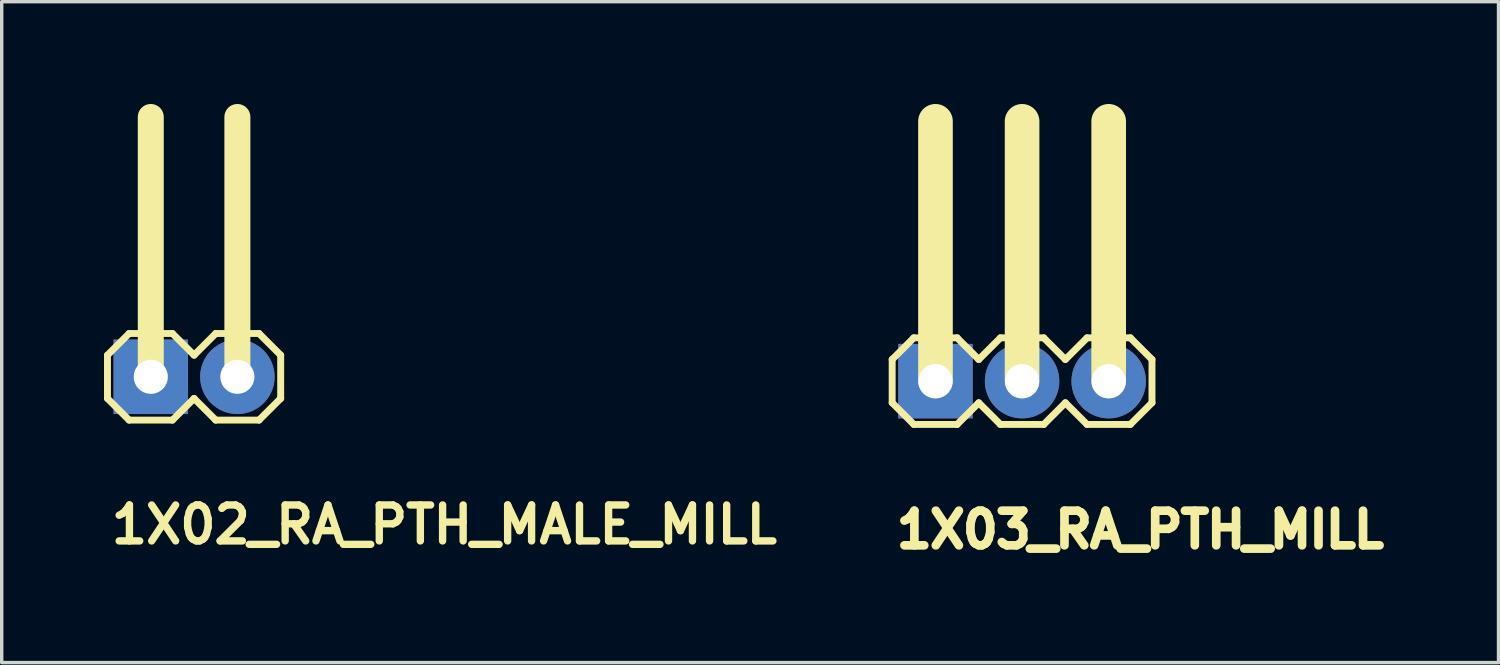
<source format=kicad_pcb>
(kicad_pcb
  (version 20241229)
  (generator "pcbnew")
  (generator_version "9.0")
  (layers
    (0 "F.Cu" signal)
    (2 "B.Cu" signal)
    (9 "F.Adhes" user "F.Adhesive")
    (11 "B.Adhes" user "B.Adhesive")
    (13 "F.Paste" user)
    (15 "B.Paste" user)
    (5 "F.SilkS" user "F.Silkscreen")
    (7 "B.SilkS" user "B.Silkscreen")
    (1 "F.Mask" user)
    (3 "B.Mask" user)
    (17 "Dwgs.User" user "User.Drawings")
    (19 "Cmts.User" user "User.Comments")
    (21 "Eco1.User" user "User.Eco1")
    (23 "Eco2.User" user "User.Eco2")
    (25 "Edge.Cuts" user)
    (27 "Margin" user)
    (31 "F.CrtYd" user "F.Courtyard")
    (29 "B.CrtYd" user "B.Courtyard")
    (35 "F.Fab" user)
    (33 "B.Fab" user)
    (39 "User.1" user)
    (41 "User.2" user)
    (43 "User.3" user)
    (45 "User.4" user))
  (footprint "1X03_RA_PTH_MILL"
    (layer "F.Cu")
    (at 24.386 8.128)
    (property "Reference" "1X03_RA_PTH_MILL" (at -1.27 4.953 0) (layer "F.SilkS") (effects (font (size 1.016 1.016) (thickness 0.254)) (justify left bottom)))
    (fp_line (start -1.27 -0.635) (end -1.27 0.635) (stroke (width 0.203) (type solid)) (layer "F.SilkS"))
    (fp_line (start -1.27 0.635) (end -0.635 1.27) (stroke (width 0.203) (type solid)) (layer "F.SilkS"))
    (fp_line (start -0.635 -1.27) (end -1.27 -0.635) (stroke (width 0.203) (type solid)) (layer "F.SilkS"))
    (fp_line (start -0.635 -1.27) (end 0.635 -1.27) (stroke (width 0.203) (type solid)) (layer "F.SilkS"))
    (fp_line (start 0 0) (end 0 -7.62) (stroke (width 1.016) (type solid)) (layer "F.SilkS"))
    (fp_line (start 0.635 -1.27) (end 1.27 -0.635) (stroke (width 0.203) (type solid)) (layer "F.SilkS"))
    (fp_line (start 0.635 1.27) (end -0.635 1.27) (stroke (width 0.203) (type solid)) (layer "F.SilkS"))
    (fp_line (start 1.27 -0.635) (end 1.905 -1.27) (stroke (width 0.203) (type solid)) (layer "F.SilkS"))
    (fp_line (start 1.27 0.635) (end 0.635 1.27) (stroke (width 0.203) (type solid)) (layer "F.SilkS"))
    (fp_line (start 1.905 -1.27) (end 3.175 -1.27) (stroke (width 0.203) (type solid)) (layer "F.SilkS"))
    (fp_line (start 1.905 1.27) (end 1.27 0.635) (stroke (width 0.203) (type solid)) (layer "F.SilkS"))
    (fp_line (start 2.54 0) (end 2.54 -7.62) (stroke (width 1.016) (type solid)) (layer "F.SilkS"))
    (fp_line (start 3.175 -1.27) (end 3.81 -0.635) (stroke (width 0.203) (type solid)) (layer "F.SilkS"))
    (fp_line (start 3.175 1.27) (end 1.905 1.27) (stroke (width 0.203) (type solid)) (layer "F.SilkS"))
    (fp_line (start 3.81 -0.635) (end 4.445 -1.27) (stroke (width 0.203) (type solid)) (layer "F.SilkS"))
    (fp_line (start 3.81 0.635) (end 3.175 1.27) (stroke (width 0.203) (type solid)) (layer "F.SilkS"))
    (fp_line (start 4.445 -1.27) (end 5.715 -1.27) (stroke (width 0.203) (type solid)) (layer "F.SilkS"))
    (fp_line (start 4.445 1.27) (end 3.81 0.635) (stroke (width 0.203) (type solid)) (layer "F.SilkS"))
    (fp_line (start 5.08 0) (end 5.08 -7.62) (stroke (width 1.016) (type solid)) (layer "F.SilkS"))
    (fp_line (start 5.715 -1.27) (end 6.35 -0.635) (stroke (width 0.203) (type solid)) (layer "F.SilkS"))
    (fp_line (start 5.715 1.27) (end 4.445 1.27) (stroke (width 0.203) (type solid)) (layer "F.SilkS"))
    (fp_line (start 6.35 -0.635) (end 6.35 0.635) (stroke (width 0.203) (type solid)) (layer "F.SilkS"))
    (fp_line (start 6.35 0.635) (end 5.715 1.27) (stroke (width 0.203) (type solid)) (layer "F.SilkS"))
    (fp_poly (pts (xy -0.254 0.254) (xy 0.254 0.254) (xy 0.254 -0.254) (xy -0.254 -0.254)) (stroke (width 0.1) (type solid)) (fill no) (layer "F.Fab"))
    (fp_poly (pts (xy 2.286 0.254) (xy 2.794 0.254) (xy 2.794 -0.254) (xy 2.286 -0.254)) (stroke (width 0.1) (type solid)) (fill no) (layer "F.Fab"))
    (fp_poly (pts (xy 4.826 0.254) (xy 5.334 0.254) (xy 5.334 -0.254) (xy 4.826 -0.254)) (stroke (width 0.1) (type solid)) (fill no) (layer "F.Fab"))
    (pad "1" thru_hole rect (at 0 0 90) (size 2.184 2.184) (drill 1) (layers "*.Cu" "*.Mask"))
    (pad "2" thru_hole circle (at 2.54 0 90) (size 2.184 2.184) (drill 1) (layers "*.Cu" "*.Mask"))
    (pad "3" thru_hole circle (at 5.08 0 90) (size 2.184 2.184) (drill 1) (layers "*.Cu" "*.Mask")))
  (footprint "1X02_RA_PTH_MALE_MILL"
    (layer "F.Cu")
    (at 1.372 8.001)
    (property "Reference" "1X02_RA_PTH_MALE_MILL" (at -1.27 4.953 0) (layer "F.SilkS") (effects (font (size 1.054 1.054) (thickness 0.216)) (justify left bottom)))
    (fp_line (start -1.27 -0.635) (end -1.27 0.635) (stroke (width 0.203) (type solid)) (layer "F.SilkS"))
    (fp_line (start -1.27 0.635) (end -0.635 1.27) (stroke (width 0.203) (type solid)) (layer "F.SilkS"))
    (fp_line (start -0.635 -1.27) (end -1.27 -0.635) (stroke (width 0.203) (type solid)) (layer "F.SilkS"))
    (fp_line (start -0.635 -1.27) (end 0.635 -1.27) (stroke (width 0.203) (type solid)) (layer "F.SilkS"))
    (fp_line (start 0 0) (end 0 -7.62) (stroke (width 0.762) (type solid)) (layer "F.SilkS"))
    (fp_line (start 0.635 -1.27) (end 1.27 -0.635) (stroke (width 0.203) (type solid)) (layer "F.SilkS"))
    (fp_line (start 0.635 1.27) (end -0.635 1.27) (stroke (width 0.203) (type solid)) (layer "F.SilkS"))
    (fp_line (start 1.27 -0.635) (end 1.905 -1.27) (stroke (width 0.203) (type solid)) (layer "F.SilkS"))
    (fp_line (start 1.27 0.635) (end 0.635 1.27) (stroke (width 0.203) (type solid)) (layer "F.SilkS"))
    (fp_line (start 1.905 -1.27) (end 3.175 -1.27) (stroke (width 0.203) (type solid)) (layer "F.SilkS"))
    (fp_line (start 1.905 1.27) (end 1.27 0.635) (stroke (width 0.203) (type solid)) (layer "F.SilkS"))
    (fp_line (start 2.54 0) (end 2.54 -7.62) (stroke (width 0.762) (type solid)) (layer "F.SilkS"))
    (fp_line (start 3.175 -1.27) (end 3.81 -0.635) (stroke (width 0.203) (type solid)) (layer "F.SilkS"))
    (fp_line (start 3.175 1.27) (end 1.905 1.27) (stroke (width 0.203) (type solid)) (layer "F.SilkS"))
    (fp_line (start 3.81 -0.635) (end 3.81 0.635) (stroke (width 0.203) (type solid)) (layer "F.SilkS"))
    (fp_line (start 3.81 0.635) (end 3.175 1.27) (stroke (width 0.203) (type solid)) (layer "F.SilkS"))
    (fp_poly (pts (xy -0.254 0.254) (xy 0.254 0.254) (xy 0.254 -0.254) (xy -0.254 -0.254)) (stroke (width 0.1) (type solid)) (fill no) (layer "F.Fab"))
    (fp_poly (pts (xy 2.286 0.254) (xy 2.794 0.254) (xy 2.794 -0.254) (xy 2.286 -0.254)) (stroke (width 0.1) (type solid)) (fill no) (layer "F.Fab"))
    (pad "1" thru_hole rect (at 0 0 90) (size 2.184 2.184) (drill 1) (layers "*.Cu" "*.Mask"))
    (pad "2" thru_hole circle (at 2.54 0 90) (size 2.184 2.184) (drill 1) (layers "*.Cu" "*.Mask")))
  (gr_rect
    (start -3 -3)
    (end 40.899 16.383)
    (stroke (width 0.1) (type default))
    (fill no)
    (layer "Edge.Cuts")))
</source>
